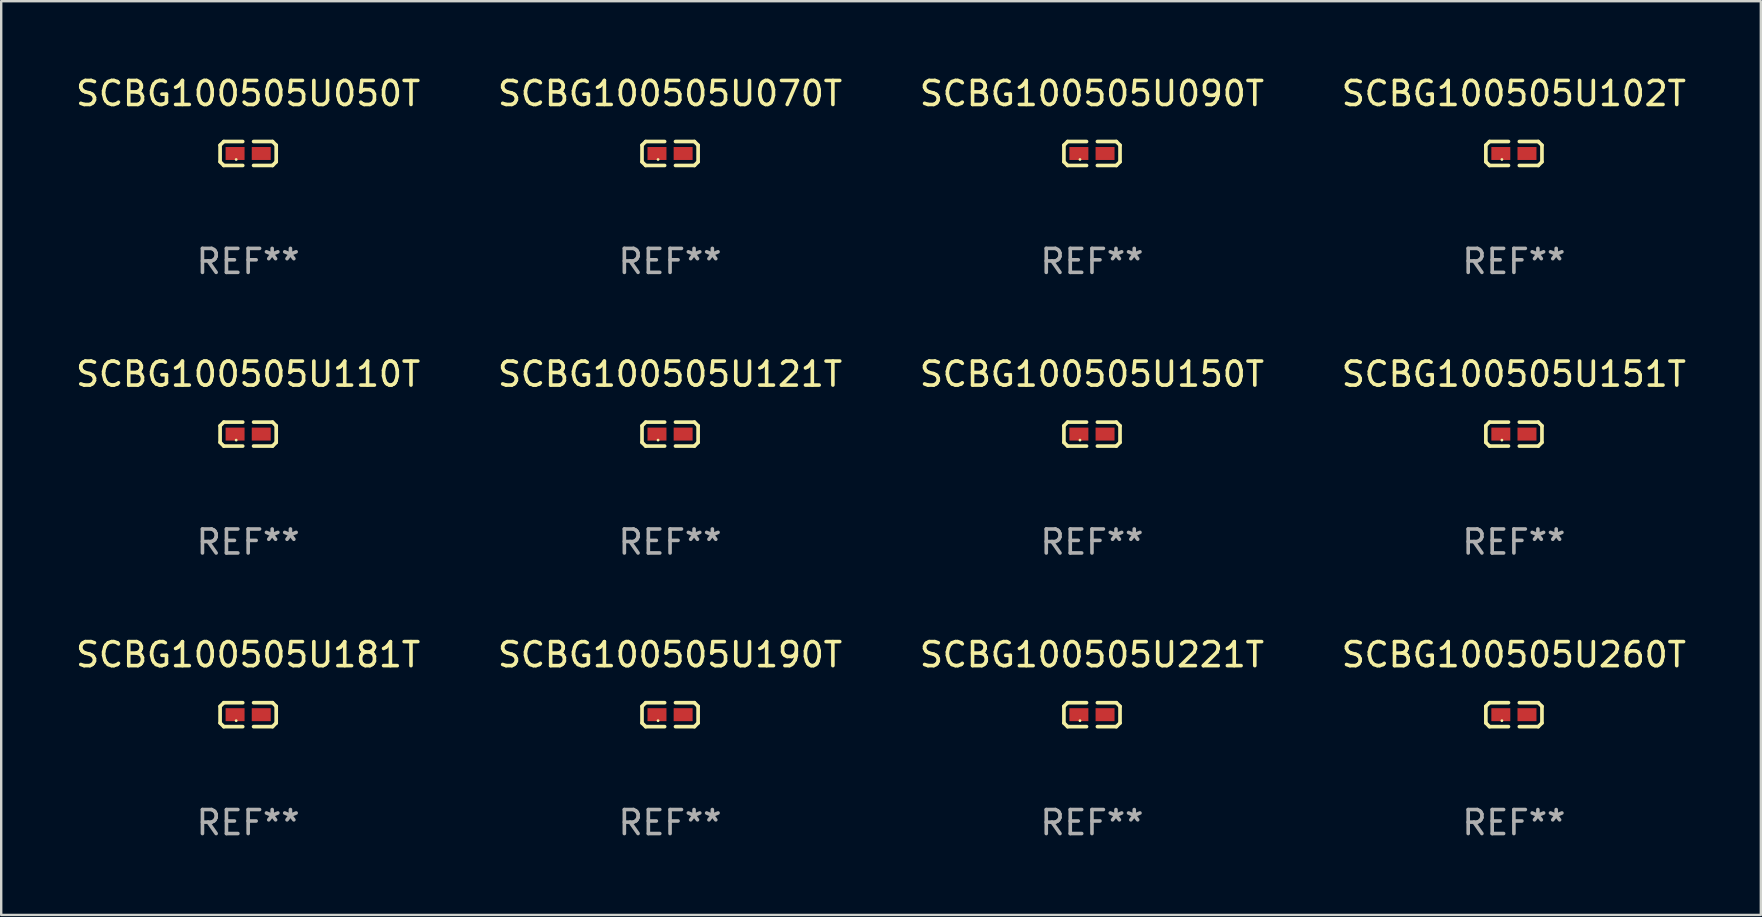
<source format=kicad_pcb>
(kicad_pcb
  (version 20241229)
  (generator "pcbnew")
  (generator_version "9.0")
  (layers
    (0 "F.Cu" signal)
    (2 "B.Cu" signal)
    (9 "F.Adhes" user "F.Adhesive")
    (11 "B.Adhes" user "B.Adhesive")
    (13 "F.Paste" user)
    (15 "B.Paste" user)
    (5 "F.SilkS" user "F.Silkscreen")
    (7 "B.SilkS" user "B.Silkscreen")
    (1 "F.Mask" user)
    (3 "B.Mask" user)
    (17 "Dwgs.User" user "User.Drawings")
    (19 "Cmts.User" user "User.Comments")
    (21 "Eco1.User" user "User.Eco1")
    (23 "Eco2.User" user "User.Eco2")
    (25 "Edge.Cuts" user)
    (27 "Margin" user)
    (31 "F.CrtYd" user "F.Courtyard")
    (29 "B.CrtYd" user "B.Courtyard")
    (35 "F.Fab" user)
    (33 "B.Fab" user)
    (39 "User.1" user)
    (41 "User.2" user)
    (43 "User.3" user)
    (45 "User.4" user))
  (footprint "SCBG100505U070T"
    (layer "F.Cu")
    (at 24.875 3.347)
    (property "Reference" "SCBG100505U070T" (at 0 -2.499 0) (layer "F.SilkS") (effects (font (size 1 1) (thickness 0.15))))
    (attr through_hole)
    (fp_line (start -1.169 -0.346) (end -1.016 -0.499) (stroke (width 0.152) (type solid)) (layer "F.SilkS"))
    (fp_line (start -1.169 0.346) (end -1.169 -0.346) (stroke (width 0.152) (type solid)) (layer "F.SilkS"))
    (fp_line (start -1.016 -0.499) (end -0.226 -0.499) (stroke (width 0.152) (type solid)) (layer "F.SilkS"))
    (fp_line (start -1.016 0.499) (end -1.169 0.346) (stroke (width 0.152) (type solid)) (layer "F.SilkS"))
    (fp_line (start -0.226 0.499) (end -1.016 0.499) (stroke (width 0.152) (type solid)) (layer "F.SilkS"))
    (fp_line (start 0.226 0.499) (end 1.016 0.499) (stroke (width 0.152) (type solid)) (layer "F.SilkS"))
    (fp_line (start 1.016 -0.499) (end 0.226 -0.499) (stroke (width 0.152) (type solid)) (layer "F.SilkS"))
    (fp_line (start 1.016 0.499) (end 1.169 0.346) (stroke (width 0.152) (type solid)) (layer "F.SilkS"))
    (fp_line (start 1.169 -0.346) (end 1.016 -0.499) (stroke (width 0.152) (type solid)) (layer "F.SilkS"))
    (fp_line (start 1.169 0.346) (end 1.169 -0.346) (stroke (width 0.152) (type solid)) (layer "F.SilkS"))
    (fp_circle (center -0.5 0.25) (end -0.47 0.25) (stroke (width 0.06) (type solid)) (fill no) (layer "F.SilkS"))
    (fp_text user "REF**" (at 0 4.499 0) (layer "F.Fab") (effects (font (size 1 1) (thickness 0.15))))
    (pad "1" smd rect (at -0.545 0) (size 0.79 0.54) (layers "F.Cu" "F.Mask" "F.Paste"))
    (pad "2" smd rect (at 0.545 0) (size 0.79 0.54) (layers "F.Cu" "F.Mask" "F.Paste")))
  (footprint "SCBG100505U190T"
    (layer "F.Cu")
    (at 24.875 26.734)
    (property "Reference" "SCBG100505U190T" (at 0 -2.499 0) (layer "F.SilkS") (effects (font (size 1 1) (thickness 0.15))))
    (attr through_hole)
    (fp_line (start -1.169 -0.346) (end -1.016 -0.499) (stroke (width 0.152) (type solid)) (layer "F.SilkS"))
    (fp_line (start -1.169 0.346) (end -1.169 -0.346) (stroke (width 0.152) (type solid)) (layer "F.SilkS"))
    (fp_line (start -1.016 -0.499) (end -0.226 -0.499) (stroke (width 0.152) (type solid)) (layer "F.SilkS"))
    (fp_line (start -1.016 0.499) (end -1.169 0.346) (stroke (width 0.152) (type solid)) (layer "F.SilkS"))
    (fp_line (start -0.226 0.499) (end -1.016 0.499) (stroke (width 0.152) (type solid)) (layer "F.SilkS"))
    (fp_line (start 0.226 0.499) (end 1.016 0.499) (stroke (width 0.152) (type solid)) (layer "F.SilkS"))
    (fp_line (start 1.016 -0.499) (end 0.226 -0.499) (stroke (width 0.152) (type solid)) (layer "F.SilkS"))
    (fp_line (start 1.016 0.499) (end 1.169 0.346) (stroke (width 0.152) (type solid)) (layer "F.SilkS"))
    (fp_line (start 1.169 -0.346) (end 1.016 -0.499) (stroke (width 0.152) (type solid)) (layer "F.SilkS"))
    (fp_line (start 1.169 0.346) (end 1.169 -0.346) (stroke (width 0.152) (type solid)) (layer "F.SilkS"))
    (fp_circle (center -0.5 0.25) (end -0.47 0.25) (stroke (width 0.06) (type solid)) (fill no) (layer "F.SilkS"))
    (fp_text user "REF**" (at 0 4.499 0) (layer "F.Fab") (effects (font (size 1 1) (thickness 0.15))))
    (pad "1" smd rect (at -0.545 0) (size 0.79 0.54) (layers "F.Cu" "F.Mask" "F.Paste"))
    (pad "2" smd rect (at 0.545 0) (size 0.79 0.54) (layers "F.Cu" "F.Mask" "F.Paste")))
  (footprint "SCBG100505U151T"
    (layer "F.Cu")
    (at 60.042 15.041)
    (property "Reference" "SCBG100505U151T" (at 0 -2.499 0) (layer "F.SilkS") (effects (font (size 1 1) (thickness 0.15))))
    (attr through_hole)
    (fp_line (start -1.169 -0.346) (end -1.016 -0.499) (stroke (width 0.152) (type solid)) (layer "F.SilkS"))
    (fp_line (start -1.169 0.346) (end -1.169 -0.346) (stroke (width 0.152) (type solid)) (layer "F.SilkS"))
    (fp_line (start -1.016 -0.499) (end -0.226 -0.499) (stroke (width 0.152) (type solid)) (layer "F.SilkS"))
    (fp_line (start -1.016 0.499) (end -1.169 0.346) (stroke (width 0.152) (type solid)) (layer "F.SilkS"))
    (fp_line (start -0.226 0.499) (end -1.016 0.499) (stroke (width 0.152) (type solid)) (layer "F.SilkS"))
    (fp_line (start 0.226 0.499) (end 1.016 0.499) (stroke (width 0.152) (type solid)) (layer "F.SilkS"))
    (fp_line (start 1.016 -0.499) (end 0.226 -0.499) (stroke (width 0.152) (type solid)) (layer "F.SilkS"))
    (fp_line (start 1.016 0.499) (end 1.169 0.346) (stroke (width 0.152) (type solid)) (layer "F.SilkS"))
    (fp_line (start 1.169 -0.346) (end 1.016 -0.499) (stroke (width 0.152) (type solid)) (layer "F.SilkS"))
    (fp_line (start 1.169 0.346) (end 1.169 -0.346) (stroke (width 0.152) (type solid)) (layer "F.SilkS"))
    (fp_circle (center -0.5 0.25) (end -0.47 0.25) (stroke (width 0.06) (type solid)) (fill no) (layer "F.SilkS"))
    (fp_text user "REF**" (at 0 4.499 0) (layer "F.Fab") (effects (font (size 1 1) (thickness 0.15))))
    (pad "1" smd rect (at -0.545 0) (size 0.79 0.54) (layers "F.Cu" "F.Mask" "F.Paste"))
    (pad "2" smd rect (at 0.545 0) (size 0.79 0.54) (layers "F.Cu" "F.Mask" "F.Paste")))
  (footprint "SCBG100505U181T"
    (layer "F.Cu")
    (at 7.292 26.734)
    (property "Reference" "SCBG100505U181T" (at 0 -2.499 0) (layer "F.SilkS") (effects (font (size 1 1) (thickness 0.15))))
    (attr through_hole)
    (fp_line (start -1.169 -0.346) (end -1.016 -0.499) (stroke (width 0.152) (type solid)) (layer "F.SilkS"))
    (fp_line (start -1.169 0.346) (end -1.169 -0.346) (stroke (width 0.152) (type solid)) (layer "F.SilkS"))
    (fp_line (start -1.016 -0.499) (end -0.226 -0.499) (stroke (width 0.152) (type solid)) (layer "F.SilkS"))
    (fp_line (start -1.016 0.499) (end -1.169 0.346) (stroke (width 0.152) (type solid)) (layer "F.SilkS"))
    (fp_line (start -0.226 0.499) (end -1.016 0.499) (stroke (width 0.152) (type solid)) (layer "F.SilkS"))
    (fp_line (start 0.226 0.499) (end 1.016 0.499) (stroke (width 0.152) (type solid)) (layer "F.SilkS"))
    (fp_line (start 1.016 -0.499) (end 0.226 -0.499) (stroke (width 0.152) (type solid)) (layer "F.SilkS"))
    (fp_line (start 1.016 0.499) (end 1.169 0.346) (stroke (width 0.152) (type solid)) (layer "F.SilkS"))
    (fp_line (start 1.169 -0.346) (end 1.016 -0.499) (stroke (width 0.152) (type solid)) (layer "F.SilkS"))
    (fp_line (start 1.169 0.346) (end 1.169 -0.346) (stroke (width 0.152) (type solid)) (layer "F.SilkS"))
    (fp_circle (center -0.5 0.25) (end -0.47 0.25) (stroke (width 0.06) (type solid)) (fill no) (layer "F.SilkS"))
    (fp_text user "REF**" (at 0 4.499 0) (layer "F.Fab") (effects (font (size 1 1) (thickness 0.15))))
    (pad "1" smd rect (at -0.545 0) (size 0.79 0.54) (layers "F.Cu" "F.Mask" "F.Paste"))
    (pad "2" smd rect (at 0.545 0) (size 0.79 0.54) (layers "F.Cu" "F.Mask" "F.Paste")))
  (footprint "SCBG100505U050T"
    (layer "F.Cu")
    (at 7.292 3.347)
    (property "Reference" "SCBG100505U050T" (at 0 -2.499 0) (layer "F.SilkS") (effects (font (size 1 1) (thickness 0.15))))
    (attr through_hole)
    (fp_line (start -1.169 -0.346) (end -1.016 -0.499) (stroke (width 0.152) (type solid)) (layer "F.SilkS"))
    (fp_line (start -1.169 0.346) (end -1.169 -0.346) (stroke (width 0.152) (type solid)) (layer "F.SilkS"))
    (fp_line (start -1.016 -0.499) (end -0.226 -0.499) (stroke (width 0.152) (type solid)) (layer "F.SilkS"))
    (fp_line (start -1.016 0.499) (end -1.169 0.346) (stroke (width 0.152) (type solid)) (layer "F.SilkS"))
    (fp_line (start -0.226 0.499) (end -1.016 0.499) (stroke (width 0.152) (type solid)) (layer "F.SilkS"))
    (fp_line (start 0.226 0.499) (end 1.016 0.499) (stroke (width 0.152) (type solid)) (layer "F.SilkS"))
    (fp_line (start 1.016 -0.499) (end 0.226 -0.499) (stroke (width 0.152) (type solid)) (layer "F.SilkS"))
    (fp_line (start 1.016 0.499) (end 1.169 0.346) (stroke (width 0.152) (type solid)) (layer "F.SilkS"))
    (fp_line (start 1.169 -0.346) (end 1.016 -0.499) (stroke (width 0.152) (type solid)) (layer "F.SilkS"))
    (fp_line (start 1.169 0.346) (end 1.169 -0.346) (stroke (width 0.152) (type solid)) (layer "F.SilkS"))
    (fp_circle (center -0.5 0.25) (end -0.47 0.25) (stroke (width 0.06) (type solid)) (fill no) (layer "F.SilkS"))
    (fp_text user "REF**" (at 0 4.499 0) (layer "F.Fab") (effects (font (size 1 1) (thickness 0.15))))
    (pad "1" smd rect (at -0.545 0) (size 0.79 0.54) (layers "F.Cu" "F.Mask" "F.Paste"))
    (pad "2" smd rect (at 0.545 0) (size 0.79 0.54) (layers "F.Cu" "F.Mask" "F.Paste")))
  (footprint "SCBG100505U110T"
    (layer "F.Cu")
    (at 7.292 15.041)
    (property "Reference" "SCBG100505U110T" (at 0 -2.499 0) (layer "F.SilkS") (effects (font (size 1 1) (thickness 0.15))))
    (attr through_hole)
    (fp_line (start -1.169 -0.346) (end -1.016 -0.499) (stroke (width 0.152) (type solid)) (layer "F.SilkS"))
    (fp_line (start -1.169 0.346) (end -1.169 -0.346) (stroke (width 0.152) (type solid)) (layer "F.SilkS"))
    (fp_line (start -1.016 -0.499) (end -0.226 -0.499) (stroke (width 0.152) (type solid)) (layer "F.SilkS"))
    (fp_line (start -1.016 0.499) (end -1.169 0.346) (stroke (width 0.152) (type solid)) (layer "F.SilkS"))
    (fp_line (start -0.226 0.499) (end -1.016 0.499) (stroke (width 0.152) (type solid)) (layer "F.SilkS"))
    (fp_line (start 0.226 0.499) (end 1.016 0.499) (stroke (width 0.152) (type solid)) (layer "F.SilkS"))
    (fp_line (start 1.016 -0.499) (end 0.226 -0.499) (stroke (width 0.152) (type solid)) (layer "F.SilkS"))
    (fp_line (start 1.016 0.499) (end 1.169 0.346) (stroke (width 0.152) (type solid)) (layer "F.SilkS"))
    (fp_line (start 1.169 -0.346) (end 1.016 -0.499) (stroke (width 0.152) (type solid)) (layer "F.SilkS"))
    (fp_line (start 1.169 0.346) (end 1.169 -0.346) (stroke (width 0.152) (type solid)) (layer "F.SilkS"))
    (fp_circle (center -0.5 0.25) (end -0.47 0.25) (stroke (width 0.06) (type solid)) (fill no) (layer "F.SilkS"))
    (fp_text user "REF**" (at 0 4.499 0) (layer "F.Fab") (effects (font (size 1 1) (thickness 0.15))))
    (pad "1" smd rect (at -0.545 0) (size 0.79 0.54) (layers "F.Cu" "F.Mask" "F.Paste"))
    (pad "2" smd rect (at 0.545 0) (size 0.79 0.54) (layers "F.Cu" "F.Mask" "F.Paste")))
  (footprint "SCBG100505U121T"
    (layer "F.Cu")
    (at 24.875 15.041)
    (property "Reference" "SCBG100505U121T" (at 0 -2.499 0) (layer "F.SilkS") (effects (font (size 1 1) (thickness 0.15))))
    (attr through_hole)
    (fp_line (start -1.169 -0.346) (end -1.016 -0.499) (stroke (width 0.152) (type solid)) (layer "F.SilkS"))
    (fp_line (start -1.169 0.346) (end -1.169 -0.346) (stroke (width 0.152) (type solid)) (layer "F.SilkS"))
    (fp_line (start -1.016 -0.499) (end -0.226 -0.499) (stroke (width 0.152) (type solid)) (layer "F.SilkS"))
    (fp_line (start -1.016 0.499) (end -1.169 0.346) (stroke (width 0.152) (type solid)) (layer "F.SilkS"))
    (fp_line (start -0.226 0.499) (end -1.016 0.499) (stroke (width 0.152) (type solid)) (layer "F.SilkS"))
    (fp_line (start 0.226 0.499) (end 1.016 0.499) (stroke (width 0.152) (type solid)) (layer "F.SilkS"))
    (fp_line (start 1.016 -0.499) (end 0.226 -0.499) (stroke (width 0.152) (type solid)) (layer "F.SilkS"))
    (fp_line (start 1.016 0.499) (end 1.169 0.346) (stroke (width 0.152) (type solid)) (layer "F.SilkS"))
    (fp_line (start 1.169 -0.346) (end 1.016 -0.499) (stroke (width 0.152) (type solid)) (layer "F.SilkS"))
    (fp_line (start 1.169 0.346) (end 1.169 -0.346) (stroke (width 0.152) (type solid)) (layer "F.SilkS"))
    (fp_circle (center -0.5 0.25) (end -0.47 0.25) (stroke (width 0.06) (type solid)) (fill no) (layer "F.SilkS"))
    (fp_text user "REF**" (at 0 4.499 0) (layer "F.Fab") (effects (font (size 1 1) (thickness 0.15))))
    (pad "1" smd rect (at -0.545 0) (size 0.79 0.54) (layers "F.Cu" "F.Mask" "F.Paste"))
    (pad "2" smd rect (at 0.545 0) (size 0.79 0.54) (layers "F.Cu" "F.Mask" "F.Paste")))
  (footprint "SCBG100505U221T"
    (layer "F.Cu")
    (at 42.458 26.734)
    (property "Reference" "SCBG100505U221T" (at 0 -2.499 0) (layer "F.SilkS") (effects (font (size 1 1) (thickness 0.15))))
    (attr through_hole)
    (fp_line (start -1.169 -0.346) (end -1.016 -0.499) (stroke (width 0.152) (type solid)) (layer "F.SilkS"))
    (fp_line (start -1.169 0.346) (end -1.169 -0.346) (stroke (width 0.152) (type solid)) (layer "F.SilkS"))
    (fp_line (start -1.016 -0.499) (end -0.226 -0.499) (stroke (width 0.152) (type solid)) (layer "F.SilkS"))
    (fp_line (start -1.016 0.499) (end -1.169 0.346) (stroke (width 0.152) (type solid)) (layer "F.SilkS"))
    (fp_line (start -0.226 0.499) (end -1.016 0.499) (stroke (width 0.152) (type solid)) (layer "F.SilkS"))
    (fp_line (start 0.226 0.499) (end 1.016 0.499) (stroke (width 0.152) (type solid)) (layer "F.SilkS"))
    (fp_line (start 1.016 -0.499) (end 0.226 -0.499) (stroke (width 0.152) (type solid)) (layer "F.SilkS"))
    (fp_line (start 1.016 0.499) (end 1.169 0.346) (stroke (width 0.152) (type solid)) (layer "F.SilkS"))
    (fp_line (start 1.169 -0.346) (end 1.016 -0.499) (stroke (width 0.152) (type solid)) (layer "F.SilkS"))
    (fp_line (start 1.169 0.346) (end 1.169 -0.346) (stroke (width 0.152) (type solid)) (layer "F.SilkS"))
    (fp_circle (center -0.5 0.25) (end -0.47 0.25) (stroke (width 0.06) (type solid)) (fill no) (layer "F.SilkS"))
    (fp_text user "REF**" (at 0 4.499 0) (layer "F.Fab") (effects (font (size 1 1) (thickness 0.15))))
    (pad "1" smd rect (at -0.545 0) (size 0.79 0.54) (layers "F.Cu" "F.Mask" "F.Paste"))
    (pad "2" smd rect (at 0.545 0) (size 0.79 0.54) (layers "F.Cu" "F.Mask" "F.Paste")))
  (footprint "SCBG100505U090T"
    (layer "F.Cu")
    (at 42.458 3.347)
    (property "Reference" "SCBG100505U090T" (at 0 -2.499 0) (layer "F.SilkS") (effects (font (size 1 1) (thickness 0.15))))
    (attr through_hole)
    (fp_line (start -1.169 -0.346) (end -1.016 -0.499) (stroke (width 0.152) (type solid)) (layer "F.SilkS"))
    (fp_line (start -1.169 0.346) (end -1.169 -0.346) (stroke (width 0.152) (type solid)) (layer "F.SilkS"))
    (fp_line (start -1.016 -0.499) (end -0.226 -0.499) (stroke (width 0.152) (type solid)) (layer "F.SilkS"))
    (fp_line (start -1.016 0.499) (end -1.169 0.346) (stroke (width 0.152) (type solid)) (layer "F.SilkS"))
    (fp_line (start -0.226 0.499) (end -1.016 0.499) (stroke (width 0.152) (type solid)) (layer "F.SilkS"))
    (fp_line (start 0.226 0.499) (end 1.016 0.499) (stroke (width 0.152) (type solid)) (layer "F.SilkS"))
    (fp_line (start 1.016 -0.499) (end 0.226 -0.499) (stroke (width 0.152) (type solid)) (layer "F.SilkS"))
    (fp_line (start 1.016 0.499) (end 1.169 0.346) (stroke (width 0.152) (type solid)) (layer "F.SilkS"))
    (fp_line (start 1.169 -0.346) (end 1.016 -0.499) (stroke (width 0.152) (type solid)) (layer "F.SilkS"))
    (fp_line (start 1.169 0.346) (end 1.169 -0.346) (stroke (width 0.152) (type solid)) (layer "F.SilkS"))
    (fp_circle (center -0.5 0.25) (end -0.47 0.25) (stroke (width 0.06) (type solid)) (fill no) (layer "F.SilkS"))
    (fp_text user "REF**" (at 0 4.499 0) (layer "F.Fab") (effects (font (size 1 1) (thickness 0.15))))
    (pad "1" smd rect (at -0.545 0) (size 0.79 0.54) (layers "F.Cu" "F.Mask" "F.Paste"))
    (pad "2" smd rect (at 0.545 0) (size 0.79 0.54) (layers "F.Cu" "F.Mask" "F.Paste")))
  (footprint "SCBG100505U150T"
    (layer "F.Cu")
    (at 42.458 15.041)
    (property "Reference" "SCBG100505U150T" (at 0 -2.499 0) (layer "F.SilkS") (effects (font (size 1 1) (thickness 0.15))))
    (attr through_hole)
    (fp_line (start -1.169 -0.346) (end -1.016 -0.499) (stroke (width 0.152) (type solid)) (layer "F.SilkS"))
    (fp_line (start -1.169 0.346) (end -1.169 -0.346) (stroke (width 0.152) (type solid)) (layer "F.SilkS"))
    (fp_line (start -1.016 -0.499) (end -0.226 -0.499) (stroke (width 0.152) (type solid)) (layer "F.SilkS"))
    (fp_line (start -1.016 0.499) (end -1.169 0.346) (stroke (width 0.152) (type solid)) (layer "F.SilkS"))
    (fp_line (start -0.226 0.499) (end -1.016 0.499) (stroke (width 0.152) (type solid)) (layer "F.SilkS"))
    (fp_line (start 0.226 0.499) (end 1.016 0.499) (stroke (width 0.152) (type solid)) (layer "F.SilkS"))
    (fp_line (start 1.016 -0.499) (end 0.226 -0.499) (stroke (width 0.152) (type solid)) (layer "F.SilkS"))
    (fp_line (start 1.016 0.499) (end 1.169 0.346) (stroke (width 0.152) (type solid)) (layer "F.SilkS"))
    (fp_line (start 1.169 -0.346) (end 1.016 -0.499) (stroke (width 0.152) (type solid)) (layer "F.SilkS"))
    (fp_line (start 1.169 0.346) (end 1.169 -0.346) (stroke (width 0.152) (type solid)) (layer "F.SilkS"))
    (fp_circle (center -0.5 0.25) (end -0.47 0.25) (stroke (width 0.06) (type solid)) (fill no) (layer "F.SilkS"))
    (fp_text user "REF**" (at 0 4.499 0) (layer "F.Fab") (effects (font (size 1 1) (thickness 0.15))))
    (pad "1" smd rect (at -0.545 0) (size 0.79 0.54) (layers "F.Cu" "F.Mask" "F.Paste"))
    (pad "2" smd rect (at 0.545 0) (size 0.79 0.54) (layers "F.Cu" "F.Mask" "F.Paste")))
  (footprint "SCBG100505U102T"
    (layer "F.Cu")
    (at 60.042 3.347)
    (property "Reference" "SCBG100505U102T" (at 0 -2.499 0) (layer "F.SilkS") (effects (font (size 1 1) (thickness 0.15))))
    (attr through_hole)
    (fp_line (start -1.169 -0.346) (end -1.016 -0.499) (stroke (width 0.152) (type solid)) (layer "F.SilkS"))
    (fp_line (start -1.169 0.346) (end -1.169 -0.346) (stroke (width 0.152) (type solid)) (layer "F.SilkS"))
    (fp_line (start -1.016 -0.499) (end -0.226 -0.499) (stroke (width 0.152) (type solid)) (layer "F.SilkS"))
    (fp_line (start -1.016 0.499) (end -1.169 0.346) (stroke (width 0.152) (type solid)) (layer "F.SilkS"))
    (fp_line (start -0.226 0.499) (end -1.016 0.499) (stroke (width 0.152) (type solid)) (layer "F.SilkS"))
    (fp_line (start 0.226 0.499) (end 1.016 0.499) (stroke (width 0.152) (type solid)) (layer "F.SilkS"))
    (fp_line (start 1.016 -0.499) (end 0.226 -0.499) (stroke (width 0.152) (type solid)) (layer "F.SilkS"))
    (fp_line (start 1.016 0.499) (end 1.169 0.346) (stroke (width 0.152) (type solid)) (layer "F.SilkS"))
    (fp_line (start 1.169 -0.346) (end 1.016 -0.499) (stroke (width 0.152) (type solid)) (layer "F.SilkS"))
    (fp_line (start 1.169 0.346) (end 1.169 -0.346) (stroke (width 0.152) (type solid)) (layer "F.SilkS"))
    (fp_circle (center -0.5 0.25) (end -0.47 0.25) (stroke (width 0.06) (type solid)) (fill no) (layer "F.SilkS"))
    (fp_text user "REF**" (at 0 4.499 0) (layer "F.Fab") (effects (font (size 1 1) (thickness 0.15))))
    (pad "1" smd rect (at -0.545 0) (size 0.79 0.54) (layers "F.Cu" "F.Mask" "F.Paste"))
    (pad "2" smd rect (at 0.545 0) (size 0.79 0.54) (layers "F.Cu" "F.Mask" "F.Paste")))
  (footprint "SCBG100505U260T"
    (layer "F.Cu")
    (at 60.042 26.734)
    (property "Reference" "SCBG100505U260T" (at 0 -2.499 0) (layer "F.SilkS") (effects (font (size 1 1) (thickness 0.15))))
    (attr through_hole)
    (fp_line (start -1.169 -0.346) (end -1.016 -0.499) (stroke (width 0.152) (type solid)) (layer "F.SilkS"))
    (fp_line (start -1.169 0.346) (end -1.169 -0.346) (stroke (width 0.152) (type solid)) (layer "F.SilkS"))
    (fp_line (start -1.016 -0.499) (end -0.226 -0.499) (stroke (width 0.152) (type solid)) (layer "F.SilkS"))
    (fp_line (start -1.016 0.499) (end -1.169 0.346) (stroke (width 0.152) (type solid)) (layer "F.SilkS"))
    (fp_line (start -0.226 0.499) (end -1.016 0.499) (stroke (width 0.152) (type solid)) (layer "F.SilkS"))
    (fp_line (start 0.226 0.499) (end 1.016 0.499) (stroke (width 0.152) (type solid)) (layer "F.SilkS"))
    (fp_line (start 1.016 -0.499) (end 0.226 -0.499) (stroke (width 0.152) (type solid)) (layer "F.SilkS"))
    (fp_line (start 1.016 0.499) (end 1.169 0.346) (stroke (width 0.152) (type solid)) (layer "F.SilkS"))
    (fp_line (start 1.169 -0.346) (end 1.016 -0.499) (stroke (width 0.152) (type solid)) (layer "F.SilkS"))
    (fp_line (start 1.169 0.346) (end 1.169 -0.346) (stroke (width 0.152) (type solid)) (layer "F.SilkS"))
    (fp_circle (center -0.5 0.25) (end -0.47 0.25) (stroke (width 0.06) (type solid)) (fill no) (layer "F.SilkS"))
    (fp_text user "REF**" (at 0 4.499 0) (layer "F.Fab") (effects (font (size 1 1) (thickness 0.15))))
    (pad "1" smd rect (at -0.545 0) (size 0.79 0.54) (layers "F.Cu" "F.Mask" "F.Paste"))
    (pad "2" smd rect (at 0.545 0) (size 0.79 0.54) (layers "F.Cu" "F.Mask" "F.Paste")))
  (gr_rect
    (start -3 -3)
    (end 70.333 35.081)
    (stroke (width 0.1) (type default))
    (fill no)
    (layer "Edge.Cuts")))
</source>
